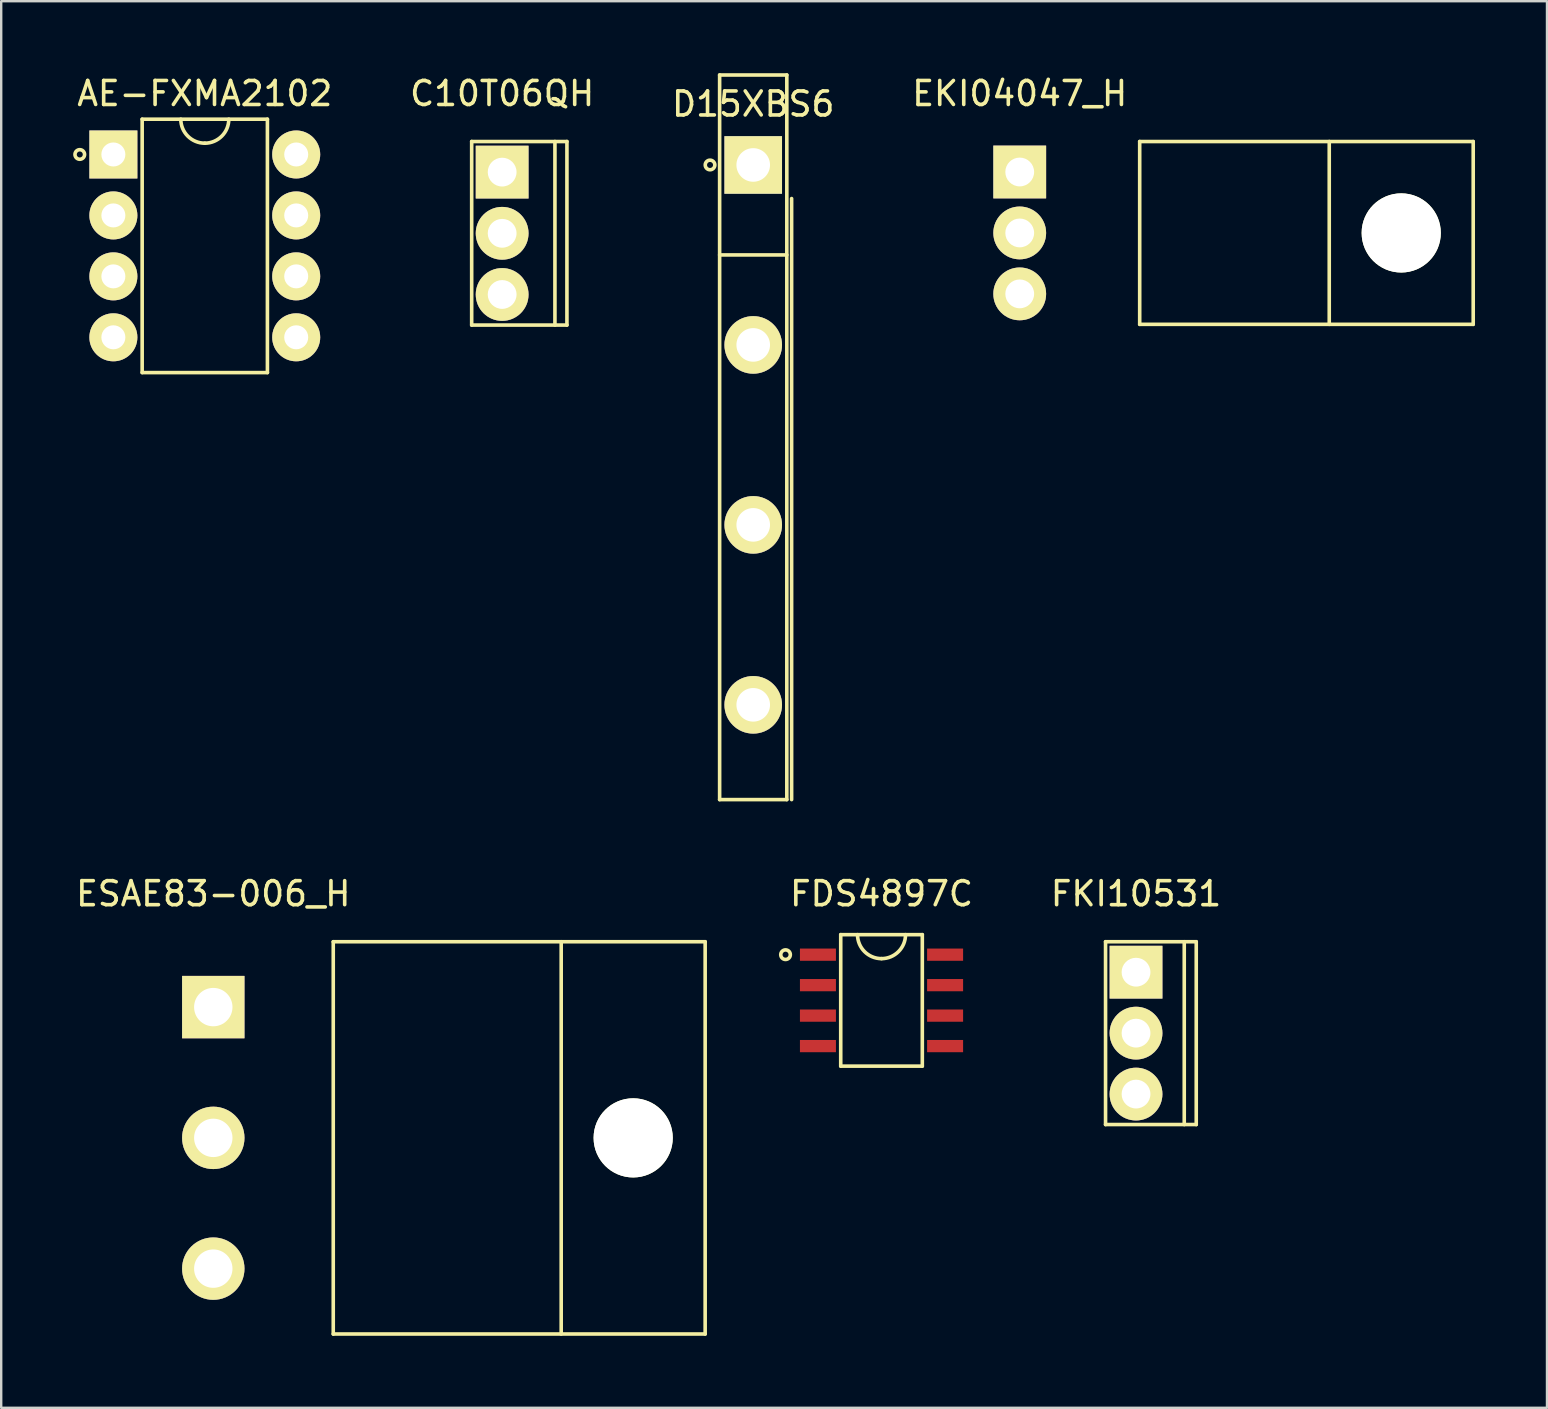
<source format=kicad_pcb>
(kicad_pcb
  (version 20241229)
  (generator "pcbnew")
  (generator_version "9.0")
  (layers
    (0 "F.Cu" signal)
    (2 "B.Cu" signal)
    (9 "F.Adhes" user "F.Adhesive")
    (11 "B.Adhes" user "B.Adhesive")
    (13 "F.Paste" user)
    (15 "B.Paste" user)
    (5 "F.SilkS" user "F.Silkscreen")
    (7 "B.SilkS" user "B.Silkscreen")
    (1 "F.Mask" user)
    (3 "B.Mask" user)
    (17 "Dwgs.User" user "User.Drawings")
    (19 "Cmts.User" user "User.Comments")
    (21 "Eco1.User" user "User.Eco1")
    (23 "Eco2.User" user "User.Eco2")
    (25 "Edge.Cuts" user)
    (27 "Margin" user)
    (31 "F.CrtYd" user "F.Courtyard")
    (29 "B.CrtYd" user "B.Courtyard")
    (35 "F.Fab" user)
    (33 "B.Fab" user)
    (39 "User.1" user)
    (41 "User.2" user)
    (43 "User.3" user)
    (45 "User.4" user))
  (footprint "D15XBS6"
    (layer "F.Cu")
    (at 28.342 3.825)
    (property "Reference" "D15XBS6" (at 0 -2.54 0) (layer "F.SilkS") (effects (font (size 1 1) (thickness 0.15))))
    (attr through_hole)
    (fp_line (start -1.4 -3.75) (end 1.4 -3.75) (stroke (width 0.15) (type solid)) (layer "F.SilkS"))
    (fp_line (start -1.4 3.75) (end 1.4 3.75) (stroke (width 0.15) (type solid)) (layer "F.SilkS"))
    (fp_line (start -1.4 26.45) (end -1.4 -3.75) (stroke (width 0.15) (type solid)) (layer "F.SilkS"))
    (fp_line (start 1.4 -3.75) (end 1.4 26.45) (stroke (width 0.15) (type solid)) (layer "F.SilkS"))
    (fp_line (start 1.4 26.45) (end -1.4 26.45) (stroke (width 0.15) (type solid)) (layer "F.SilkS"))
    (fp_line (start 1.6 1.4) (end 1.6 26.45) (stroke (width 0.15) (type solid)) (layer "F.SilkS"))
    (fp_circle (center -1.8 0) (end -1.8 0.2) (stroke (width 0.15) (type solid)) (fill no) (layer "F.SilkS"))
    (pad "1" thru_hole rect (at 0 0) (size 2.4 2.4) (drill 1.4) (layers "*.Cu" "*.Mask" "F.SilkS"))
    (pad "2" thru_hole circle (at 0 7.5) (size 2.4 2.4) (drill 1.4) (layers "*.Cu" "*.Mask" "F.SilkS"))
    (pad "3" thru_hole circle (at 0 15) (size 2.4 2.4) (drill 1.4) (layers "*.Cu" "*.Mask" "F.SilkS"))
    (pad "4" thru_hole circle (at 0 22.5) (size 2.4 2.4) (drill 1.4) (layers "*.Cu" "*.Mask" "F.SilkS")))
  (footprint "C10T06QH"
    (layer "F.Cu")
    (at 17.878 4.123)
    (property "Reference" "C10T06QH" (at 0 -3.275 0) (layer "F.SilkS") (effects (font (size 1 1) (thickness 0.15))))
    (attr through_hole)
    (fp_line (start -1.27 -1.275) (end -1.27 6.375) (stroke (width 0.15) (type solid)) (layer "F.SilkS"))
    (fp_line (start -1.27 -1.275) (end 2.7 -1.275) (stroke (width 0.15) (type solid)) (layer "F.SilkS"))
    (fp_line (start -1.27 6.375) (end 2.7 6.375) (stroke (width 0.15) (type solid)) (layer "F.SilkS"))
    (fp_line (start 2.2 -1.275) (end 2.2 6.375) (stroke (width 0.15) (type solid)) (layer "F.SilkS"))
    (fp_line (start 2.7 -1.275) (end 2.7 6.375) (stroke (width 0.15) (type solid)) (layer "F.SilkS"))
    (pad "1" thru_hole rect (at 0 0) (size 2.2 2.2) (drill 1.2) (layers "*.Cu" "*.Mask" "F.SilkS"))
    (pad "2" thru_hole circle (at 0 2.55) (size 2.2 2.2) (drill 1.2) (layers "*.Cu" "*.Mask" "F.SilkS"))
    (pad "3" thru_hole circle (at 0 5.1) (size 2.2 2.2) (drill 1.2) (layers "*.Cu" "*.Mask" "F.SilkS")))
  (footprint "ESAE83-006_H"
    (layer "F.Cu")
    (at 5.839 38.923)
    (property "Reference" "ESAE83-006_H" (at 0 -4.725 0) (layer "F.SilkS") (effects (font (size 1 1) (thickness 0.15))))
    (attr through_hole)
    (fp_line (start 5 -2.725) (end 5 13.625) (stroke (width 0.15) (type solid)) (layer "F.SilkS"))
    (fp_line (start 5 -2.725) (end 20.5 -2.725) (stroke (width 0.15) (type solid)) (layer "F.SilkS"))
    (fp_line (start 5 13.625) (end 20.5 13.625) (stroke (width 0.15) (type solid)) (layer "F.SilkS"))
    (fp_line (start 14.5 -2.725) (end 14.5 13.625) (stroke (width 0.15) (type solid)) (layer "F.SilkS"))
    (fp_line (start 20.5 -2.725) (end 20.5 13.625) (stroke (width 0.15) (type solid)) (layer "F.SilkS"))
    (pad "" np_thru_hole circle (at 17.5 5.45) (size 3.3 3.3) (drill 3.3) (layers "*.Cu" "*.Mask" "F.SilkS"))
    (pad "1" thru_hole rect (at 0 0) (size 2.6 2.6) (drill 1.6) (layers "*.Cu" "*.Mask" "F.SilkS"))
    (pad "2" thru_hole circle (at 0 5.45) (size 2.6 2.6) (drill 1.6) (layers "*.Cu" "*.Mask" "F.SilkS"))
    (pad "3" thru_hole circle (at 0 10.9) (size 2.6 2.6) (drill 1.6) (layers "*.Cu" "*.Mask" "F.SilkS")))
  (footprint "AE-FXMA2102"
    (layer "F.Cu")
    (at 1.675 3.388)
    (property "Reference" "AE-FXMA2102" (at 3.81 -2.54 0) (layer "F.SilkS") (effects (font (size 1 1) (thickness 0.15))))
    (attr through_hole)
    (fp_line (start 1.2 -1.47) (end 6.42 -1.47) (stroke (width 0.15) (type solid)) (layer "F.SilkS"))
    (fp_line (start 1.2 9.09) (end 1.2 -1.47) (stroke (width 0.15) (type solid)) (layer "F.SilkS"))
    (fp_line (start 6.42 -1.47) (end 6.42 9.09) (stroke (width 0.15) (type solid)) (layer "F.SilkS"))
    (fp_line (start 6.42 9.09) (end 1.2 9.09) (stroke (width 0.15) (type solid)) (layer "F.SilkS"))
    (fp_arc (start 3.81 -0.47) (mid 3.102893 -0.762893) (end 2.81 -1.47) (stroke (width 0.15) (type solid)) (layer "F.SilkS"))
    (fp_arc (start 4.81 -1.47) (mid 4.517107 -0.762893) (end 3.81 -0.47) (stroke (width 0.15) (type solid)) (layer "F.SilkS"))
    (fp_circle (center -1.4 0) (end -1.4 0.2) (stroke (width 0.15) (type solid)) (fill no) (layer "F.SilkS"))
    (pad "1" thru_hole rect (at 0 0) (size 2 2) (drill 1) (layers "*.Cu" "*.Mask" "F.SilkS"))
    (pad "2" thru_hole circle (at 0 2.54) (size 2 2) (drill 1) (layers "*.Cu" "*.Mask" "F.SilkS"))
    (pad "3" thru_hole circle (at 0 5.08) (size 2 2) (drill 1) (layers "*.Cu" "*.Mask" "F.SilkS"))
    (pad "4" thru_hole circle (at 0 7.62) (size 2 2) (drill 1) (layers "*.Cu" "*.Mask" "F.SilkS"))
    (pad "5" thru_hole circle (at 7.62 7.62) (size 2 2) (drill 1) (layers "*.Cu" "*.Mask" "F.SilkS"))
    (pad "6" thru_hole circle (at 7.62 5.08) (size 2 2) (drill 1) (layers "*.Cu" "*.Mask" "F.SilkS"))
    (pad "7" thru_hole circle (at 7.62 2.54) (size 2 2) (drill 1) (layers "*.Cu" "*.Mask" "F.SilkS"))
    (pad "8" thru_hole circle (at 7.62 0) (size 2 2) (drill 1) (layers "*.Cu" "*.Mask" "F.SilkS")))
  (footprint "EKI04047_H"
    (layer "F.Cu")
    (at 39.449 4.118)
    (property "Reference" "EKI04047_H" (at 0 -3.27 0) (layer "F.SilkS") (effects (font (size 1 1) (thickness 0.15))))
    (attr through_hole)
    (fp_line (start 5 -1.27) (end 5 6.35) (stroke (width 0.15) (type solid)) (layer "F.SilkS"))
    (fp_line (start 5 -1.27) (end 18.9 -1.27) (stroke (width 0.15) (type solid)) (layer "F.SilkS"))
    (fp_line (start 5 6.35) (end 18.9 6.35) (stroke (width 0.15) (type solid)) (layer "F.SilkS"))
    (fp_line (start 12.9 -1.27) (end 12.9 6.35) (stroke (width 0.15) (type solid)) (layer "F.SilkS"))
    (fp_line (start 18.9 -1.27) (end 18.9 6.35) (stroke (width 0.15) (type solid)) (layer "F.SilkS"))
    (pad "" np_thru_hole circle (at 15.9 2.54) (size 3.3 3.3) (drill 3.3) (layers "*.Cu" "*.Mask" "F.SilkS"))
    (pad "1" thru_hole rect (at 0 0) (size 2.2 2.2) (drill 1.2) (layers "*.Cu" "*.Mask" "F.SilkS"))
    (pad "2" thru_hole circle (at 0 2.54) (size 2.2 2.2) (drill 1.2) (layers "*.Cu" "*.Mask" "F.SilkS"))
    (pad "3" thru_hole circle (at 0 5.08) (size 2.2 2.2) (drill 1.2) (layers "*.Cu" "*.Mask" "F.SilkS")))
  (footprint "FDS4897C"
    (layer "F.Cu")
    (at 31.039 36.738)
    (property "Reference" "FDS4897C" (at 2.65 -2.54 0) (layer "F.SilkS") (effects (font (size 1 1) (thickness 0.15))))
    (attr through_hole)
    (fp_line (start 0.95 -0.835) (end 4.35 -0.835) (stroke (width 0.15) (type solid)) (layer "F.SilkS"))
    (fp_line (start 0.95 4.645) (end 0.95 -0.835) (stroke (width 0.15) (type solid)) (layer "F.SilkS"))
    (fp_line (start 4.35 -0.835) (end 4.35 4.645) (stroke (width 0.15) (type solid)) (layer "F.SilkS"))
    (fp_line (start 4.35 4.645) (end 0.95 4.645) (stroke (width 0.15) (type solid)) (layer "F.SilkS"))
    (fp_arc (start 2.65 0.165) (mid 1.942893 -0.127893) (end 1.65 -0.835) (stroke (width 0.15) (type solid)) (layer "F.SilkS"))
    (fp_arc (start 3.65 -0.835) (mid 3.357107 -0.127893) (end 2.65 0.165) (stroke (width 0.15) (type solid)) (layer "F.SilkS"))
    (fp_circle (center -1.35 0) (end -1.35 0.2) (stroke (width 0.15) (type solid)) (fill no) (layer "F.SilkS"))
    (pad "1" smd rect (at 0 0) (size 1.5 0.51) (layers "F.Cu" "F.Mask" "F.Paste"))
    (pad "2" smd rect (at 0 1.27) (size 1.5 0.51) (layers "F.Cu" "F.Mask" "F.Paste"))
    (pad "3" smd rect (at 0 2.54) (size 1.5 0.51) (layers "F.Cu" "F.Mask" "F.Paste"))
    (pad "4" smd rect (at 0 3.81) (size 1.5 0.51) (layers "F.Cu" "F.Mask" "F.Paste"))
    (pad "5" smd rect (at 5.3 3.81) (size 1.5 0.51) (layers "F.Cu" "F.Mask" "F.Paste"))
    (pad "6" smd rect (at 5.3 2.54) (size 1.5 0.51) (layers "F.Cu" "F.Mask" "F.Paste"))
    (pad "7" smd rect (at 5.3 1.27) (size 1.5 0.51) (layers "F.Cu" "F.Mask" "F.Paste"))
    (pad "8" smd rect (at 5.3 0) (size 1.5 0.51) (layers "F.Cu" "F.Mask" "F.Paste")))
  (footprint "FKI10531"
    (layer "F.Cu")
    (at 44.296 37.468)
    (property "Reference" "FKI10531" (at 0 -3.27 0) (layer "F.SilkS") (effects (font (size 1 1) (thickness 0.15))))
    (attr through_hole)
    (fp_line (start -1.27 -1.27) (end -1.27 6.35) (stroke (width 0.15) (type solid)) (layer "F.SilkS"))
    (fp_line (start -1.27 -1.27) (end 2.51 -1.27) (stroke (width 0.15) (type solid)) (layer "F.SilkS"))
    (fp_line (start -1.27 6.35) (end 2.51 6.35) (stroke (width 0.15) (type solid)) (layer "F.SilkS"))
    (fp_line (start 2.01 -1.27) (end 2.01 6.35) (stroke (width 0.15) (type solid)) (layer "F.SilkS"))
    (fp_line (start 2.51 -1.27) (end 2.51 6.35) (stroke (width 0.15) (type solid)) (layer "F.SilkS"))
    (pad "1" thru_hole rect (at 0 0) (size 2.2 2.2) (drill 1.2) (layers "*.Cu" "*.Mask" "F.SilkS"))
    (pad "2" thru_hole circle (at 0 2.54) (size 2.2 2.2) (drill 1.2) (layers "*.Cu" "*.Mask" "F.SilkS"))
    (pad "3" thru_hole circle (at 0 5.08) (size 2.2 2.2) (drill 1.2) (layers "*.Cu" "*.Mask" "F.SilkS")))
  (gr_rect
    (start -3 -3)
    (end 61.424 55.623)
    (stroke (width 0.1) (type default))
    (fill no)
    (layer "Edge.Cuts")))
</source>
